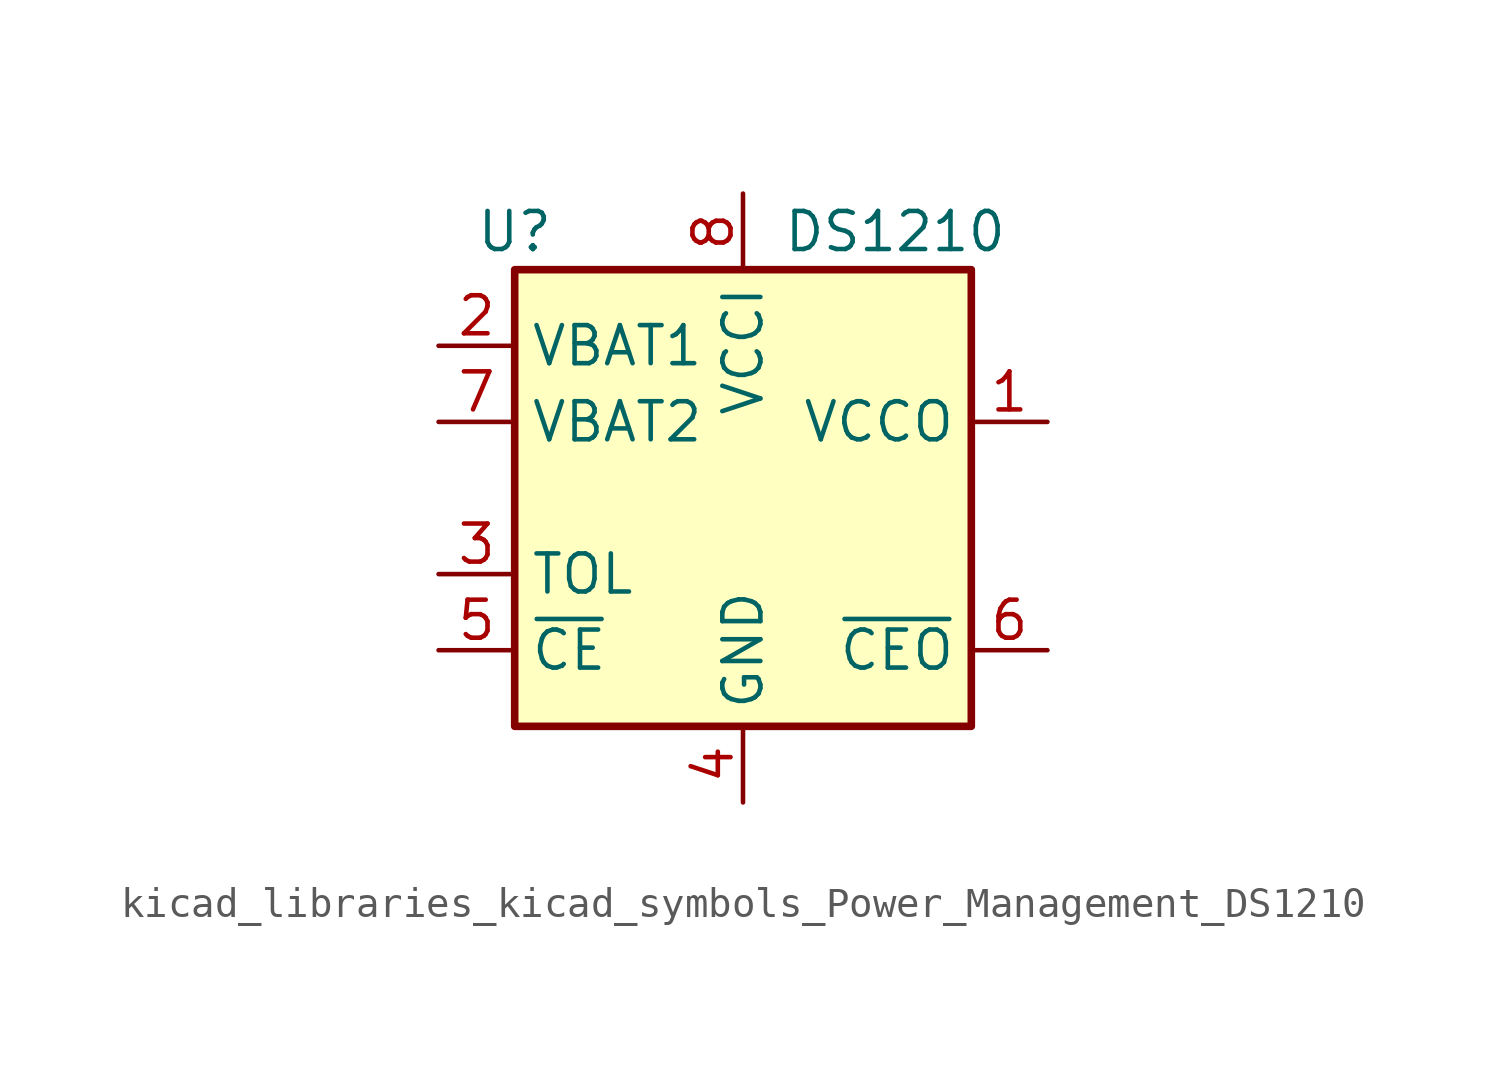
<source format=kicad_sym>
(kicad_symbol_lib
  (version 20220914)
  (generator kicad_symbol_editor)
  (symbol "kicad_libraries_kicad_symbols_Power_Management_DS1210"
    (property "Reference" "U"
      (at -7.62 8.89 0)
      (effects (font (size 1.27 1.27))))
    (property "Value" "DS1210"
      (at 5.08 8.89 0)
      (effects (font (size 1.27 1.27))))
    (symbol "kicad_libraries_kicad_symbols_Power_Management_DS1210_0_1"
      (rectangle (start -7.62 7.62) (end 7.62 -7.62) (stroke (width 0.254) (type default)) (fill (type background))))
    (symbol "kicad_libraries_kicad_symbols_Power_Management_DS1210_1_1"
      (pin power_out line (at 10.16 2.54 180) (length 2.54) (name "VCCO" (effects (font (size 1.27 1.27)))) (number "1" (effects (font (size 1.27 1.27)))))
      (pin power_in line (at -10.16 5.08 0) (length 2.54) (name "VBAT1" (effects (font (size 1.27 1.27)))) (number "2" (effects (font (size 1.27 1.27)))))
      (pin input line (at -10.16 -2.54 0) (length 2.54) (name "TOL" (effects (font (size 1.27 1.27)))) (number "3" (effects (font (size 1.27 1.27)))))
      (pin power_in line (at 0 -10.16 90) (length 2.54) (name "GND" (effects (font (size 1.27 1.27)))) (number "4" (effects (font (size 1.27 1.27)))))
      (pin input line (at -10.16 -5.08 0) (length 2.54) (name "~{CE}" (effects (font (size 1.27 1.27)))) (number "5" (effects (font (size 1.27 1.27)))))
      (pin output line (at 10.16 -5.08 180) (length 2.54) (name "~{CEO}" (effects (font (size 1.27 1.27)))) (number "6" (effects (font (size 1.27 1.27)))))
      (pin power_in line (at -10.16 2.54 0) (length 2.54) (name "VBAT2" (effects (font (size 1.27 1.27)))) (number "7" (effects (font (size 1.27 1.27)))))
      (pin power_in line (at 0 10.16 270) (length 2.54) (name "VCCI" (effects (font (size 1.27 1.27)))) (number "8" (effects (font (size 1.27 1.27))))))))
</source>
